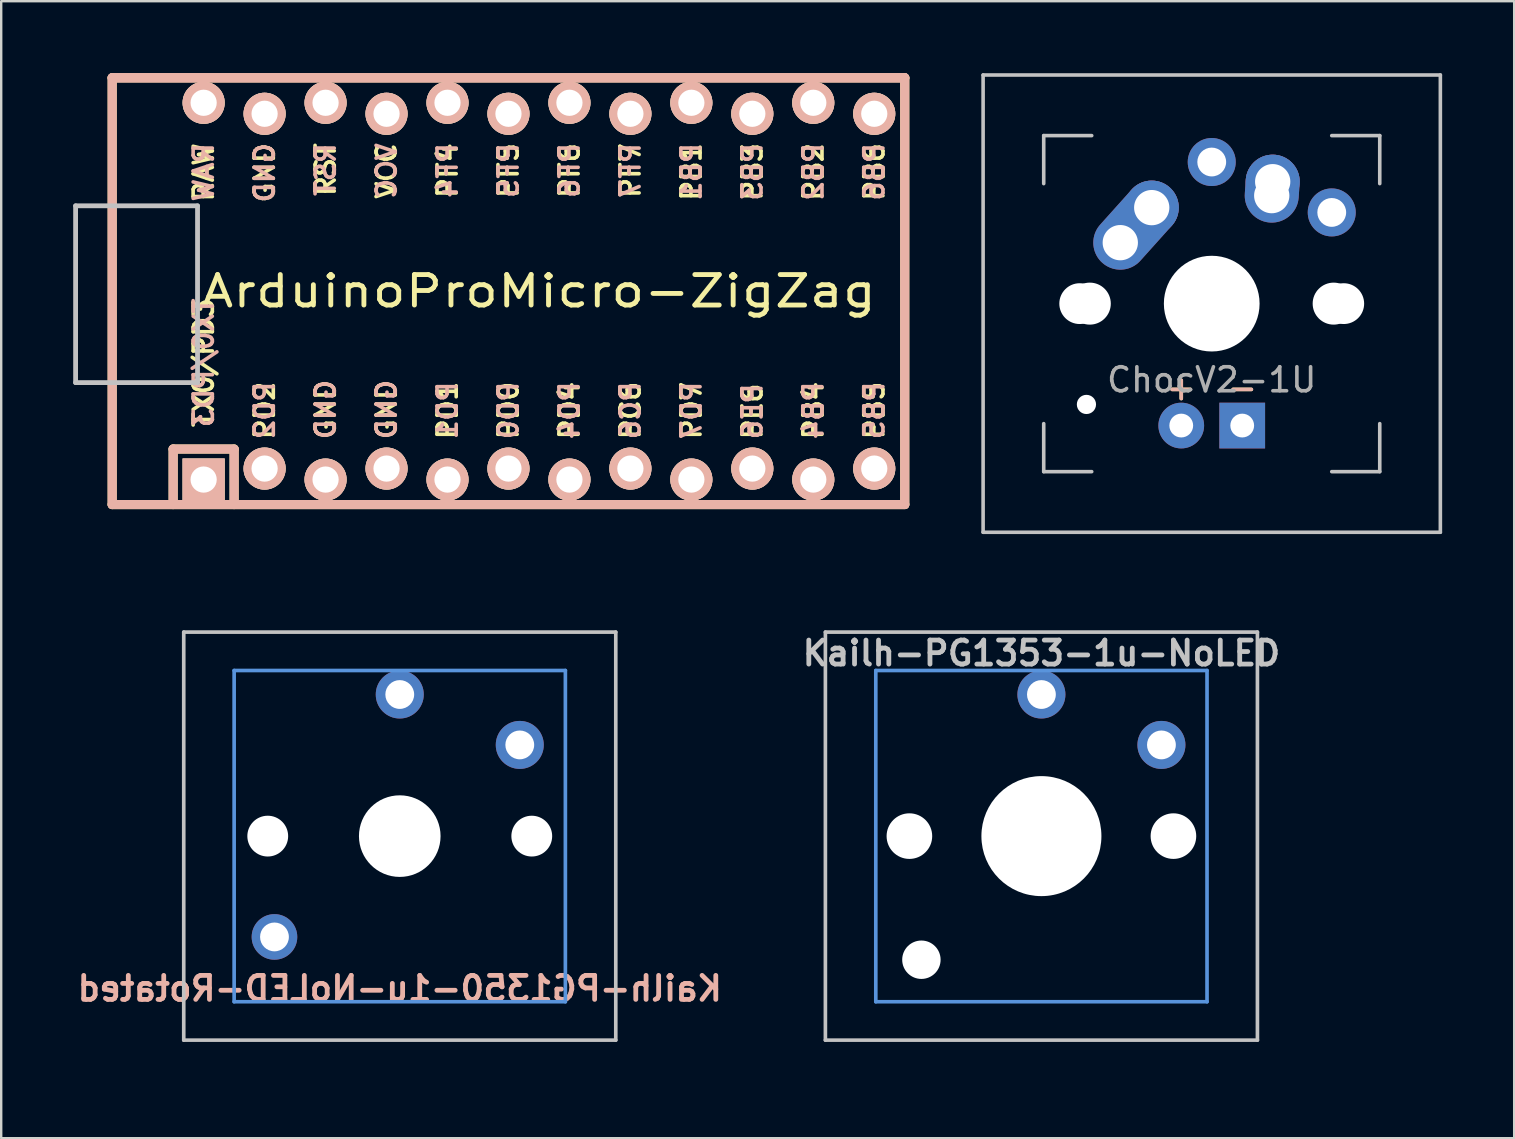
<source format=kicad_pcb>
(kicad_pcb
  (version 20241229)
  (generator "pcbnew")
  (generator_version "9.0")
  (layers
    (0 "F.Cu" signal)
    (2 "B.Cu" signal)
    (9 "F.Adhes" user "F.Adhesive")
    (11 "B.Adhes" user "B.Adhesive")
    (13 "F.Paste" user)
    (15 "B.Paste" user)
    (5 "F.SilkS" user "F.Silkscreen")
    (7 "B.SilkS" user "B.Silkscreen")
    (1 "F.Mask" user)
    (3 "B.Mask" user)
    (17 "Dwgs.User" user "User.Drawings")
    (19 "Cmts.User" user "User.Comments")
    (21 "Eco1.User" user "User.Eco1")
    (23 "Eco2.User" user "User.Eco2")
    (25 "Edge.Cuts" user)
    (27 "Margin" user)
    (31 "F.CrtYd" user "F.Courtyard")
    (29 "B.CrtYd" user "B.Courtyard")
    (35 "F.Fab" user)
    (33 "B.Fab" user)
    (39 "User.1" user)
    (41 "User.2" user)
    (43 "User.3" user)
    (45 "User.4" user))
  (footprint "ChocV2-1U"
    (layer "F.Cu")
    (at 47.434 9.6)
    (property "Reference" "ChocV2-1U" (at 0 3.175 0) (layer "F.Fab") (effects (font (size 1 1) (thickness 0.15))))
    (attr through_hole)
    (fp_line (start -9.525 -9.525) (end 9.525 -9.525) (stroke (width 0.15) (type solid)) (layer "Dwgs.User"))
    (fp_line (start -9.525 9.525) (end -9.525 -9.525) (stroke (width 0.15) (type solid)) (layer "Dwgs.User"))
    (fp_line (start -7 -7) (end -7 -5) (stroke (width 0.15) (type solid)) (layer "Dwgs.User"))
    (fp_line (start -7 5) (end -7 7) (stroke (width 0.15) (type solid)) (layer "Dwgs.User"))
    (fp_line (start -7 7) (end -5 7) (stroke (width 0.15) (type solid)) (layer "Dwgs.User"))
    (fp_line (start -5 -7) (end -7 -7) (stroke (width 0.15) (type solid)) (layer "Dwgs.User"))
    (fp_line (start 5 -7) (end 7 -7) (stroke (width 0.15) (type solid)) (layer "Dwgs.User"))
    (fp_line (start 5 7) (end 7 7) (stroke (width 0.15) (type solid)) (layer "Dwgs.User"))
    (fp_line (start 7 -7) (end 7 -5) (stroke (width 0.15) (type solid)) (layer "Dwgs.User"))
    (fp_line (start 7 7) (end 7 5) (stroke (width 0.15) (type solid)) (layer "Dwgs.User"))
    (fp_line (start 9.525 -9.525) (end 9.525 9.525) (stroke (width 0.15) (type solid)) (layer "Dwgs.User"))
    (fp_line (start 9.525 9.525) (end -9.525 9.525) (stroke (width 0.15) (type solid)) (layer "Dwgs.User"))
    (fp_text user "+" (at -1.27 3.5 0) (layer "F.SilkS") (effects (font (size 1 1) (thickness 0.15))))
    (fp_text user "-" (at 1.27 3.5 0) (layer "F.SilkS") (effects (font (size 1 1) (thickness 0.15))))
    (fp_text user "-" (at 1.27 3.5 0) (layer "B.SilkS") (effects (font (size 1 1) (thickness 0.15))))
    (fp_text user "+" (at -1.27 3.5 0) (layer "B.SilkS") (effects (font (size 1 1) (thickness 0.15))))
    (pad "" np_thru_hole circle (at -5.5 0 48.1) (size 1.7 1.7) (drill 1.7) (layers "*.Cu" "*.Mask"))
    (pad "" np_thru_hole circle (at -5.22 4.2 48.1) (size 0.8 0.8) (drill 0.8) (layers "*.Cu" "*.Mask"))
    (pad "" np_thru_hole circle (at -5.08 0 48.1) (size 1.75 1.75) (drill 1.75) (layers "*.Cu" "*.Mask"))
    (pad "" np_thru_hole circle (at 0 0) (size 3.988 3.988) (drill 3.988) (layers "*.Cu" "*.Mask"))
    (pad "" np_thru_hole circle (at 5.08 0 48.1) (size 1.75 1.75) (drill 1.75) (layers "*.Cu" "*.Mask"))
    (pad "" np_thru_hole circle (at 5.5 0 48.1) (size 1.7 1.7) (drill 1.7) (layers "*.Cu" "*.Mask"))
    (pad "1" thru_hole oval (at -3.81 -2.54 48.1) (size 4.212 2.25) (drill 1.47 (offset 0.981 0)) (layers "*.Cu" "*.Mask"))
    (pad "1" thru_hole circle (at -2.5 -4) (size 2.25 2.25) (drill 1.47) (layers "*.Cu" "*.Mask"))
    (pad "1" thru_hole circle (at 0 -5.9) (size 2 2) (drill 1.2) (layers "*.Cu" "*.Mask"))
    (pad "2" thru_hole oval (at 2.5 -4.5 86.1) (size 2.831 2.25) (drill 1.47 (offset 0.291 0)) (layers "*.Cu" "*.Mask"))
    (pad "2" thru_hole circle (at 2.54 -5.08) (size 2.25 2.25) (drill 1.47) (layers "*.Cu" "*.Mask"))
    (pad "2" thru_hole circle (at 5 -3.8) (size 2 2) (drill 1.2) (layers "*.Cu" "*.Mask"))
    (pad "3" thru_hole circle (at -1.27 5.08) (size 1.905 1.905) (drill 0.991) (layers "*.Cu" "*.Mask"))
    (pad "4" thru_hole rect (at 1.27 5.08) (size 1.905 1.905) (drill 0.991) (layers "*.Cu" "*.Mask")))
  (footprint "Kailh-PG1353-1u-NoLED"
    (layer "F.Cu")
    (at 40.338 31.785)
    (property "Reference" "Kailh-PG1353-1u-NoLED" (at 0 -7.62 0) (layer "Dwgs.User") (effects (font (size 1 1) (thickness 0.2))))
    (attr through_hole)
    (fp_line (start -9 -8.5) (end 9 -8.5) (stroke (width 0.152) (type solid)) (layer "Dwgs.User"))
    (fp_line (start -9 8.5) (end -9 -8.5) (stroke (width 0.152) (type solid)) (layer "Dwgs.User"))
    (fp_line (start 9 -8.5) (end 9 8.5) (stroke (width 0.152) (type solid)) (layer "Dwgs.User"))
    (fp_line (start 9 8.5) (end -9 8.5) (stroke (width 0.152) (type solid)) (layer "Dwgs.User"))
    (fp_line (start -6.9 -6.9) (end 6.9 -6.9) (stroke (width 0.152) (type solid)) (layer "Cmts.User"))
    (fp_line (start -6.9 6.9) (end -6.9 -6.9) (stroke (width 0.152) (type solid)) (layer "Cmts.User"))
    (fp_line (start 6.9 -6.9) (end 6.9 6.9) (stroke (width 0.152) (type solid)) (layer "Cmts.User"))
    (fp_line (start 6.9 6.9) (end -6.9 6.9) (stroke (width 0.152) (type solid)) (layer "Cmts.User"))
    (fp_line (start -9.525 9.525) (end -9.525 -9.525) (stroke (width 0.12) (type solid)) (layer "Eco1.User"))
    (fp_line (start 9.525 -9.525) (end -9.525 -9.525) (stroke (width 0.12) (type solid)) (layer "Eco1.User"))
    (fp_line (start 9.525 9.525) (end -9.525 9.525) (stroke (width 0.12) (type solid)) (layer "Eco1.User"))
    (fp_line (start 9.525 9.525) (end 9.525 -9.525) (stroke (width 0.12) (type solid)) (layer "Eco1.User"))
    (fp_line (start -7.5 -7.5) (end 7.5 -7.5) (stroke (width 0.152) (type solid)) (layer "Eco2.User"))
    (fp_line (start -7.5 7.5) (end -7.5 -7.5) (stroke (width 0.152) (type solid)) (layer "Eco2.User"))
    (fp_line (start 7.5 -7.5) (end 7.5 7.5) (stroke (width 0.152) (type solid)) (layer "Eco2.User"))
    (fp_line (start 7.5 7.5) (end -7.5 7.5) (stroke (width 0.152) (type solid)) (layer "Eco2.User"))
    (pad "" np_thru_hole circle (at -5.5 0) (size 1.9 1.9) (drill 1.9) (layers "*.Cu" "*.Mask"))
    (pad "" np_thru_hole circle (at -5 5.15) (size 1.6 1.6) (drill 1.6) (layers "*.Cu" "*.Mask"))
    (pad "" np_thru_hole circle (at 0 0) (size 5 5) (drill 5) (layers "*.Cu" "*.Mask"))
    (pad "" np_thru_hole circle (at 5.5 0) (size 1.9 1.9) (drill 1.9) (layers "*.Cu" "*.Mask"))
    (pad "1" thru_hole circle (at 0 -5.9) (size 2 2) (drill 1.2) (layers "*.Cu" "*.Mask"))
    (pad "2" thru_hole circle (at 5 -3.8 221.9) (size 2 2) (drill 1.2) (layers "*.Cu" "*.Mask")))
  (footprint "Kailh-PG1350-1u-NoLED-Rotated"
    (layer "F.Cu")
    (at 13.605 31.785)
    (property "Reference" "Kailh-PG1350-1u-NoLED-Rotated" (at 0 6.35 0) (layer "B.SilkS") (effects (font (size 1 1) (thickness 0.2)) (justify mirror)))
    (attr through_hole)
    (fp_line (start -9 -8.5) (end 9 -8.5) (stroke (width 0.152) (type solid)) (layer "Dwgs.User"))
    (fp_line (start -9 8.5) (end -9 -8.5) (stroke (width 0.152) (type solid)) (layer "Dwgs.User"))
    (fp_line (start 9 -8.5) (end 9 8.5) (stroke (width 0.152) (type solid)) (layer "Dwgs.User"))
    (fp_line (start 9 8.5) (end -9 8.5) (stroke (width 0.152) (type solid)) (layer "Dwgs.User"))
    (fp_line (start -6.9 -6.9) (end 6.9 -6.9) (stroke (width 0.152) (type solid)) (layer "Cmts.User"))
    (fp_line (start -6.9 6.9) (end -6.9 -6.9) (stroke (width 0.152) (type solid)) (layer "Cmts.User"))
    (fp_line (start 6.9 -6.9) (end 6.9 6.9) (stroke (width 0.152) (type solid)) (layer "Cmts.User"))
    (fp_line (start 6.9 6.9) (end -6.9 6.9) (stroke (width 0.152) (type solid)) (layer "Cmts.User"))
    (fp_line (start -9.525 9.525) (end -9.525 -9.525) (stroke (width 0.12) (type solid)) (layer "Eco1.User"))
    (fp_line (start 9.525 -9.525) (end -9.525 -9.525) (stroke (width 0.12) (type solid)) (layer "Eco1.User"))
    (fp_line (start 9.525 9.525) (end -9.525 9.525) (stroke (width 0.12) (type solid)) (layer "Eco1.User"))
    (fp_line (start 9.525 9.525) (end 9.525 -9.525) (stroke (width 0.12) (type solid)) (layer "Eco1.User"))
    (fp_line (start -7.5 -7.5) (end 7.5 -7.5) (stroke (width 0.152) (type solid)) (layer "Eco2.User"))
    (fp_line (start -7.5 7.5) (end -7.5 -7.5) (stroke (width 0.152) (type solid)) (layer "Eco2.User"))
    (fp_line (start 7.5 -7.5) (end 7.5 7.5) (stroke (width 0.152) (type solid)) (layer "Eco2.User"))
    (fp_line (start 7.5 7.5) (end -7.5 7.5) (stroke (width 0.152) (type solid)) (layer "Eco2.User"))
    (pad "" np_thru_hole circle (at -5.5 0) (size 1.7 1.7) (drill 1.7) (layers "*.Cu" "*.Mask"))
    (pad "" thru_hole circle (at -5.22 4.2) (size 1.9 1.9) (drill 1.2) (layers "*.Cu" "*.Mask"))
    (pad "" np_thru_hole circle (at 0 0) (size 3.4 3.4) (drill 3.4) (layers "*.Cu" "*.Mask"))
    (pad "" np_thru_hole circle (at 5.5 0) (size 1.7 1.7) (drill 1.7) (layers "*.Cu" "*.Mask"))
    (pad "1" thru_hole circle (at 0 -5.9) (size 2 2) (drill 1.2) (layers "*.Cu" "*.Mask"))
    (pad "2" thru_hole circle (at 5 -3.8 221.9) (size 2 2) (drill 1.2) (layers "*.Cu" "*.Mask")))
  (footprint "ArduinoProMicro-ZigZag"
    (layer "F.Cu")
    (at 19.404 9.081)
    (property "Reference" "ArduinoProMicro-ZigZag" (at 0 0 0) (layer "F.SilkS") (effects (font (size 1.27 1.524) (thickness 0.203))))
    (attr through_hole)
    (fp_line (start -17.78 -8.89) (end -17.78 8.89) (stroke (width 0.381) (type solid)) (layer "F.SilkS"))
    (fp_line (start -17.78 8.89) (end 15.24 8.89) (stroke (width 0.381) (type solid)) (layer "F.SilkS"))
    (fp_line (start -15.24 6.578) (end -15.24 8.89) (stroke (width 0.381) (type solid)) (layer "F.SilkS"))
    (fp_line (start -15.24 6.578) (end -12.7 6.578) (stroke (width 0.381) (type solid)) (layer "F.SilkS"))
    (fp_line (start -12.7 6.578) (end -12.7 8.89) (stroke (width 0.381) (type solid)) (layer "F.SilkS"))
    (fp_line (start 15.24 -8.89) (end -17.78 -8.89) (stroke (width 0.381) (type solid)) (layer "F.SilkS"))
    (fp_line (start 15.24 8.89) (end 15.24 -8.89) (stroke (width 0.381) (type solid)) (layer "F.SilkS"))
    (fp_line (start -17.78 -8.89) (end -17.78 8.89) (stroke (width 0.381) (type solid)) (layer "B.SilkS"))
    (fp_line (start -17.78 8.89) (end 15.24 8.89) (stroke (width 0.381) (type solid)) (layer "B.SilkS"))
    (fp_line (start -15.24 6.578) (end -15.24 8.89) (stroke (width 0.381) (type solid)) (layer "B.SilkS"))
    (fp_line (start -15.24 6.578) (end -12.7 6.578) (stroke (width 0.381) (type solid)) (layer "B.SilkS"))
    (fp_line (start -12.7 6.6) (end -12.7 8.89) (stroke (width 0.381) (type solid)) (layer "B.SilkS"))
    (fp_line (start 15.24 -8.89) (end -17.78 -8.89) (stroke (width 0.381) (type solid)) (layer "B.SilkS"))
    (fp_line (start 15.24 -8.89) (end -17.78 -8.89) (stroke (width 0.381) (type solid)) (layer "B.SilkS"))
    (fp_line (start 15.24 8.89) (end 15.24 -8.89) (stroke (width 0.381) (type solid)) (layer "B.SilkS"))
    (fp_line (start -19.304 -3.556) (end -14.224 -3.556) (stroke (width 0.2) (type solid)) (layer "Dwgs.User"))
    (fp_line (start -19.304 3.81) (end -19.304 -3.556) (stroke (width 0.2) (type solid)) (layer "Dwgs.User"))
    (fp_line (start -14.224 -3.556) (end -14.224 3.81) (stroke (width 0.2) (type solid)) (layer "Dwgs.User"))
    (fp_line (start -14.224 3.81) (end -19.304 3.81) (stroke (width 0.2) (type solid)) (layer "Dwgs.User"))
    (fp_text user "GND" (at -11.43 -6.25 90) (layer "F.SilkS") (effects (font (size 0.8 0.8) (thickness 0.15)) (justify right)))
    (fp_text user "GND" (at -8.89 6.25 90) (layer "F.SilkS") (effects (font (size 0.8 0.8) (thickness 0.15)) (justify left)))
    (fp_text user "PB6" (at 13.97 -6.25 90) (layer "F.SilkS") (effects (font (size 0.8 0.8) (thickness 0.15)) (justify right)))
    (fp_text user "PD7" (at 6.35 6.25 90) (layer "F.SilkS") (effects (font (size 0.8 0.8) (thickness 0.15)) (justify left)))
    (fp_text user "RST" (at -8.89 -6.25 90) (layer "F.SilkS") (effects (font (size 0.8 0.8) (thickness 0.15)) (justify right)))
    (fp_text user "TX0/PD3" (at -13.97 5.75 90) (layer "F.SilkS") (effects (font (size 0.8 0.8) (thickness 0.15)) (justify left)))
    (fp_text user "PB4" (at 11.43 6.25 90) (layer "F.SilkS") (effects (font (size 0.8 0.8) (thickness 0.15)) (justify left)))
    (fp_text user "PB2" (at 11.43 -6.25 90) (layer "F.SilkS") (effects (font (size 0.8 0.8) (thickness 0.15)) (justify right)))
    (fp_text user "PF5" (at -1.27 -6.25 90) (layer "F.SilkS") (effects (font (size 0.8 0.8) (thickness 0.15)) (justify right)))
    (fp_text user "PE6" (at 8.89 6.25 90) (layer "F.SilkS") (effects (font (size 0.8 0.8) (thickness 0.15)) (justify left)))
    (fp_text user "PB5" (at 13.97 6.25 90) (layer "F.SilkS") (effects (font (size 0.8 0.8) (thickness 0.15)) (justify left)))
    (fp_text user "PF6" (at 1.27 -6.25 90) (layer "F.SilkS") (effects (font (size 0.8 0.8) (thickness 0.15)) (justify right)))
    (fp_text user "VCC" (at -6.35 -6.25 90) (layer "F.SilkS") (effects (font (size 0.8 0.8) (thickness 0.15)) (justify right)))
    (fp_text user "PF7" (at 3.81 -6.25 90) (layer "F.SilkS") (effects (font (size 0.8 0.8) (thickness 0.15)) (justify right)))
    (fp_text user "PD2" (at -11.43 6.25 90) (layer "F.SilkS") (effects (font (size 0.8 0.8) (thickness 0.15)) (justify left)))
    (fp_text user "PB1" (at 6.35 -6.25 90) (layer "F.SilkS") (effects (font (size 0.8 0.8) (thickness 0.15)) (justify right)))
    (fp_text user "PD0" (at -1.27 6.25 90) (layer "F.SilkS") (effects (font (size 0.8 0.8) (thickness 0.15)) (justify left)))
    (fp_text user "PD1" (at -3.81 6.25 90) (layer "F.SilkS") (effects (font (size 0.8 0.8) (thickness 0.15)) (justify left)))
    (fp_text user "GND" (at -6.35 6.25 90) (layer "F.SilkS") (effects (font (size 0.8 0.8) (thickness 0.15)) (justify left)))
    (fp_text user "PD4" (at 1.27 6.25 90) (layer "F.SilkS") (effects (font (size 0.8 0.8) (thickness 0.15)) (justify left)))
    (fp_text user "RAW" (at -13.97 -6.25 90) (layer "F.SilkS") (effects (font (size 0.8 0.8) (thickness 0.15)) (justify right)))
    (fp_text user "PB3" (at 8.89 -6.25 90) (layer "F.SilkS") (effects (font (size 0.8 0.8) (thickness 0.15)) (justify right)))
    (fp_text user "PC6" (at 3.81 6.25 90) (layer "F.SilkS") (effects (font (size 0.8 0.8) (thickness 0.15)) (justify left)))
    (fp_text user "PF4" (at -3.81 -6.25 90) (layer "F.SilkS") (effects (font (size 0.8 0.8) (thickness 0.15)) (justify right)))
    (fp_text user "TX0/PD3" (at -13.97 5.75 90) (layer "B.SilkS") (effects (font (size 0.8 0.8) (thickness 0.15)) (justify right mirror)))
    (fp_text user "PB3" (at 8.89 -6.25 90) (layer "B.SilkS") (effects (font (size 0.8 0.8) (thickness 0.15)) (justify left mirror)))
    (fp_text user "PF4" (at -3.81 -6.25 90) (layer "B.SilkS") (effects (font (size 0.8 0.8) (thickness 0.15)) (justify left mirror)))
    (fp_text user "PC6" (at 3.81 6.25 90) (layer "B.SilkS") (effects (font (size 0.8 0.8) (thickness 0.15)) (justify right mirror)))
    (fp_text user "PF6" (at 1.27 -6.25 90) (layer "B.SilkS") (effects (font (size 0.8 0.8) (thickness 0.15)) (justify left mirror)))
    (fp_text user "PD1" (at -3.81 6.25 90) (layer "B.SilkS") (effects (font (size 0.8 0.8) (thickness 0.15)) (justify right mirror)))
    (fp_text user "PB4" (at 11.43 6.25 90) (layer "B.SilkS") (effects (font (size 0.8 0.8) (thickness 0.15)) (justify right mirror)))
    (fp_text user "GND" (at -11.43 -6.25 90) (layer "B.SilkS") (effects (font (size 0.8 0.8) (thickness 0.15)) (justify left mirror)))
    (fp_text user "PD2" (at -11.43 6.25 90) (layer "B.SilkS") (effects (font (size 0.8 0.8) (thickness 0.15)) (justify right mirror)))
    (fp_text user "PB6" (at 13.97 -6.25 90) (layer "B.SilkS") (effects (font (size 0.8 0.8) (thickness 0.15)) (justify left mirror)))
    (fp_text user "RST" (at -8.89 -6.25 90) (layer "B.SilkS") (effects (font (size 0.8 0.8) (thickness 0.15)) (justify left mirror)))
    (fp_text user "PE6" (at 8.89 6.25 90) (layer "B.SilkS") (effects (font (size 0.8 0.8) (thickness 0.15)) (justify right mirror)))
    (fp_text user "PF5" (at -1.27 -6.25 90) (layer "B.SilkS") (effects (font (size 0.8 0.8) (thickness 0.15)) (justify left mirror)))
    (fp_text user "PD0" (at -1.27 6.25 90) (layer "B.SilkS") (effects (font (size 0.8 0.8) (thickness 0.15)) (justify right mirror)))
    (fp_text user "PB2" (at 11.43 -6.25 90) (layer "B.SilkS") (effects (font (size 0.8 0.8) (thickness 0.15)) (justify left mirror)))
    (fp_text user "GND" (at -6.35 6.25 90) (layer "B.SilkS") (effects (font (size 0.8 0.8) (thickness 0.15)) (justify right mirror)))
    (fp_text user "RAW" (at -13.97 -6.25 90) (layer "B.SilkS") (effects (font (size 0.8 0.8) (thickness 0.15)) (justify left mirror)))
    (fp_text user "PB5" (at 13.97 6.25 90) (layer "B.SilkS") (effects (font (size 0.8 0.8) (thickness 0.15)) (justify right mirror)))
    (fp_text user "VCC" (at -6.35 -6.25 90) (layer "B.SilkS") (effects (font (size 0.8 0.8) (thickness 0.15)) (justify left mirror)))
    (fp_text user "PD7" (at 6.35 6.25 90) (layer "B.SilkS") (effects (font (size 0.8 0.8) (thickness 0.15)) (justify right mirror)))
    (fp_text user "GND" (at -8.89 6.25 90) (layer "B.SilkS") (effects (font (size 0.8 0.8) (thickness 0.15)) (justify right mirror)))
    (fp_text user "PB1" (at 6.35 -6.25 90) (layer "B.SilkS") (effects (font (size 0.8 0.8) (thickness 0.15)) (justify left mirror)))
    (fp_text user "PD4" (at 1.27 6.25 90) (layer "B.SilkS") (effects (font (size 0.8 0.8) (thickness 0.15)) (justify right mirror)))
    (fp_text user "PF7" (at 3.81 -6.25 90) (layer "B.SilkS") (effects (font (size 0.8 0.8) (thickness 0.15)) (justify left mirror)))
    (pad "1" thru_hole rect (at -13.97 7.849) (size 1.753 1.753) (drill 1.092) (layers "*.Cu" "*.SilkS" "*.Mask"))
    (pad "2" thru_hole circle (at -11.43 7.391) (size 1.753 1.753) (drill 1.092) (layers "*.Cu" "*.SilkS" "*.Mask"))
    (pad "3" thru_hole circle (at -8.89 7.849) (size 1.753 1.753) (drill 1.092) (layers "*.Cu" "*.SilkS" "*.Mask"))
    (pad "4" thru_hole circle (at -6.35 7.391) (size 1.753 1.753) (drill 1.092) (layers "*.Cu" "*.SilkS" "*.Mask"))
    (pad "5" thru_hole circle (at -3.81 7.849) (size 1.753 1.753) (drill 1.092) (layers "*.Cu" "*.SilkS" "*.Mask"))
    (pad "6" thru_hole circle (at -1.27 7.391) (size 1.753 1.753) (drill 1.092) (layers "*.Cu" "*.SilkS" "*.Mask"))
    (pad "7" thru_hole circle (at 1.27 7.849) (size 1.753 1.753) (drill 1.092) (layers "*.Cu" "*.SilkS" "*.Mask"))
    (pad "8" thru_hole circle (at 3.81 7.391) (size 1.753 1.753) (drill 1.092) (layers "*.Cu" "*.SilkS" "*.Mask"))
    (pad "9" thru_hole circle (at 6.35 7.849) (size 1.753 1.753) (drill 1.092) (layers "*.Cu" "*.SilkS" "*.Mask"))
    (pad "10" thru_hole circle (at 8.89 7.391) (size 1.753 1.753) (drill 1.092) (layers "*.Cu" "*.SilkS" "*.Mask"))
    (pad "11" thru_hole circle (at 11.43 7.849) (size 1.753 1.753) (drill 1.092) (layers "*.Cu" "*.SilkS" "*.Mask"))
    (pad "12" thru_hole circle (at 13.97 7.391) (size 1.753 1.753) (drill 1.092) (layers "*.Cu" "*.SilkS" "*.Mask"))
    (pad "13" thru_hole circle (at 13.97 -7.391) (size 1.753 1.753) (drill 1.092) (layers "*.Cu" "*.SilkS" "*.Mask"))
    (pad "14" thru_hole circle (at 11.43 -7.849) (size 1.753 1.753) (drill 1.092) (layers "*.Cu" "*.SilkS" "*.Mask"))
    (pad "15" thru_hole circle (at 8.89 -7.391) (size 1.753 1.753) (drill 1.092) (layers "*.Cu" "*.SilkS" "*.Mask"))
    (pad "16" thru_hole circle (at 6.35 -7.849) (size 1.753 1.753) (drill 1.092) (layers "*.Cu" "*.SilkS" "*.Mask"))
    (pad "17" thru_hole circle (at 3.81 -7.391) (size 1.753 1.753) (drill 1.092) (layers "*.Cu" "*.SilkS" "*.Mask"))
    (pad "18" thru_hole circle (at 1.27 -7.849) (size 1.753 1.753) (drill 1.092) (layers "*.Cu" "*.SilkS" "*.Mask"))
    (pad "19" thru_hole circle (at -1.27 -7.391) (size 1.753 1.753) (drill 1.092) (layers "*.Cu" "*.SilkS" "*.Mask"))
    (pad "20" thru_hole circle (at -3.81 -7.849) (size 1.753 1.753) (drill 1.092) (layers "*.Cu" "*.SilkS" "*.Mask"))
    (pad "21" thru_hole circle (at -6.35 -7.391) (size 1.753 1.753) (drill 1.092) (layers "*.Cu" "*.SilkS" "*.Mask"))
    (pad "22" thru_hole circle (at -8.89 -7.849) (size 1.753 1.753) (drill 1.092) (layers "*.Cu" "*.SilkS" "*.Mask"))
    (pad "23" thru_hole circle (at -11.43 -7.391) (size 1.753 1.753) (drill 1.092) (layers "*.Cu" "*.SilkS" "*.Mask"))
    (pad "24" thru_hole circle (at -13.97 -7.849) (size 1.753 1.753) (drill 1.092) (layers "*.Cu" "*.SilkS" "*.Mask")))
  (gr_rect
    (start -3 -3)
    (end 60.035 44.37)
    (stroke (width 0.1) (type default))
    (fill no)
    (layer "Edge.Cuts")))
</source>
